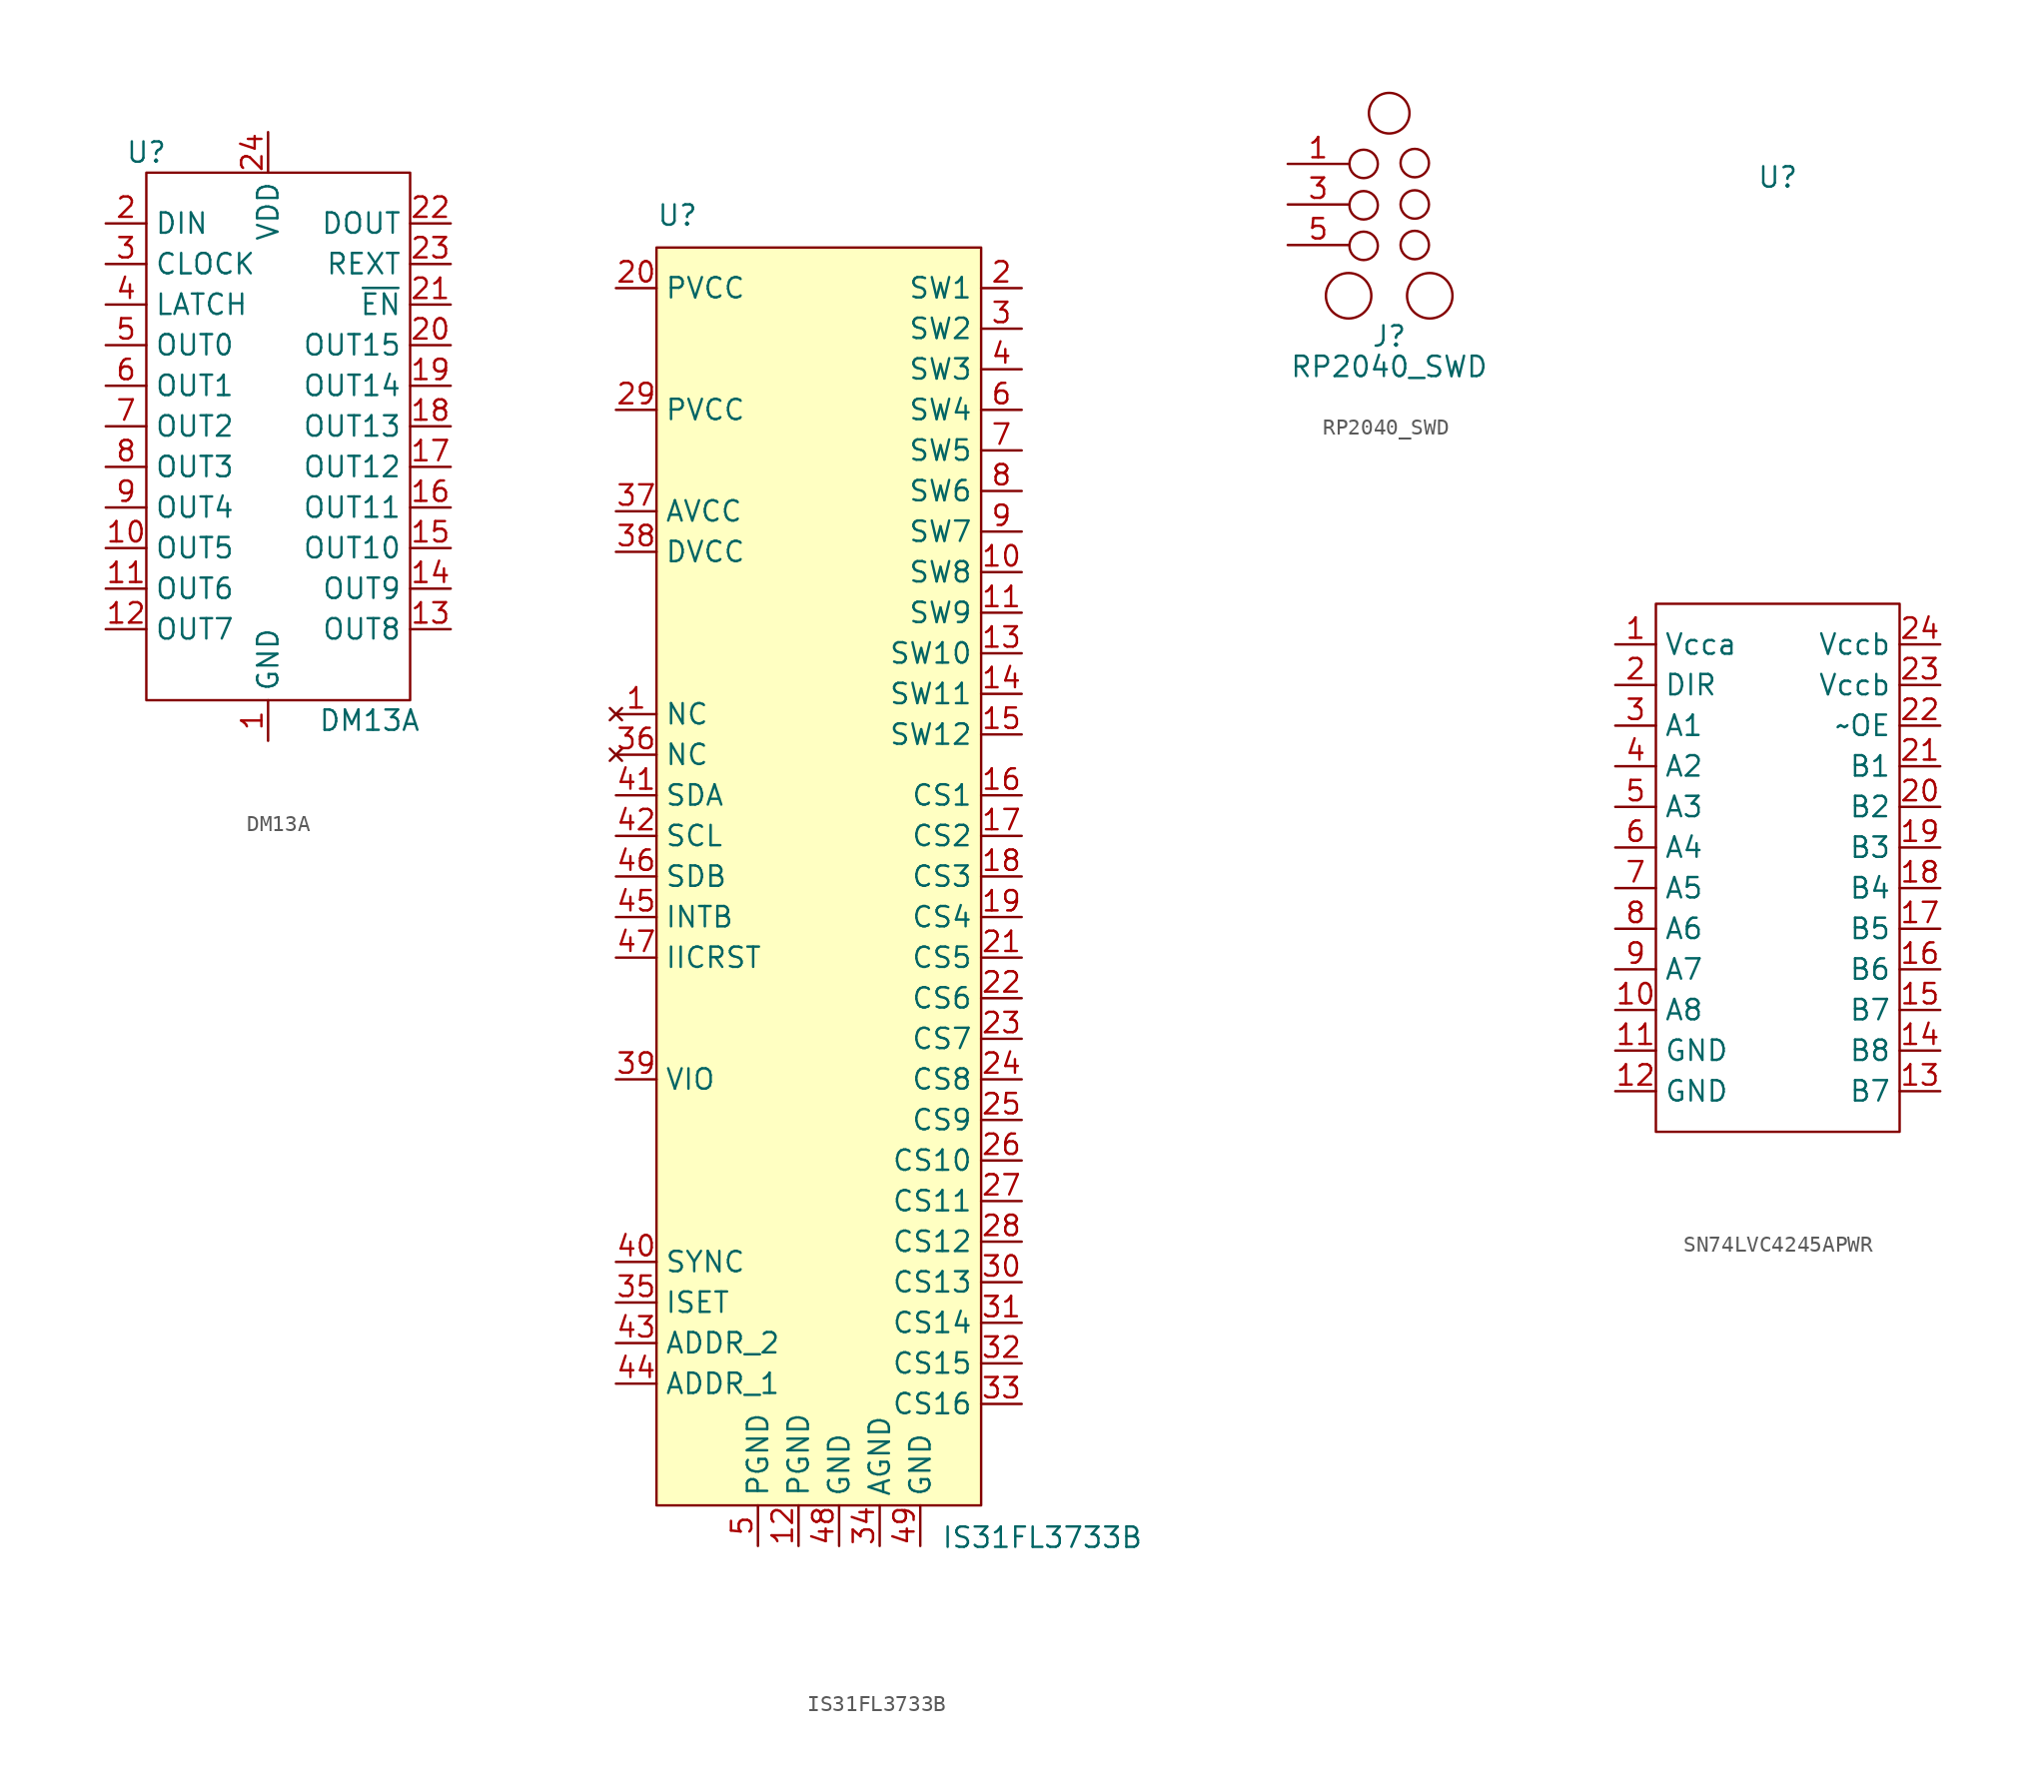
<source format=kicad_sym>
(kicad_symbol_lib
  (version 20220914)
  (generator kicad_symbol_editor)
  (symbol "DM13A"
    (property "Reference" "U"
      (at -7.62 15.875 0)
      (effects (font (size 1.27 1.27))))
    (property "Value" "DM13A"
      (at 6.35 -19.685 0)
      (effects (font (size 1.27 1.27))))
    (symbol "DM13A_0_0"
      (pin power_in line (at 0 -20.955 90) (length 2.54) (name "GND" (effects (font (size 1.27 1.27)))) (number "1" (effects (font (size 1.27 1.27)))))
      (pin output line (at -10.16 -8.89 0) (length 2.54) (name "OUT5" (effects (font (size 1.27 1.27)))) (number "10" (effects (font (size 1.27 1.27)))))
      (pin output line (at -10.16 -11.43 0) (length 2.54) (name "OUT6" (effects (font (size 1.27 1.27)))) (number "11" (effects (font (size 1.27 1.27)))))
      (pin output line (at -10.16 -13.97 0) (length 2.54) (name "OUT7" (effects (font (size 1.27 1.27)))) (number "12" (effects (font (size 1.27 1.27)))))
      (pin output line (at 11.43 -13.97 180) (length 2.54) (name "OUT8" (effects (font (size 1.27 1.27)))) (number "13" (effects (font (size 1.27 1.27)))))
      (pin output line (at 11.43 -11.43 180) (length 2.54) (name "OUT9" (effects (font (size 1.27 1.27)))) (number "14" (effects (font (size 1.27 1.27)))))
      (pin output line (at 11.43 -8.89 180) (length 2.54) (name "OUT10" (effects (font (size 1.27 1.27)))) (number "15" (effects (font (size 1.27 1.27)))))
      (pin output line (at 11.43 -6.35 180) (length 2.54) (name "OUT11" (effects (font (size 1.27 1.27)))) (number "16" (effects (font (size 1.27 1.27)))))
      (pin output line (at 11.43 -3.81 180) (length 2.54) (name "OUT12" (effects (font (size 1.27 1.27)))) (number "17" (effects (font (size 1.27 1.27)))))
      (pin output line (at 11.43 -1.27 180) (length 2.54) (name "OUT13" (effects (font (size 1.27 1.27)))) (number "18" (effects (font (size 1.27 1.27)))))
      (pin output line (at 11.43 1.27 180) (length 2.54) (name "OUT14" (effects (font (size 1.27 1.27)))) (number "19" (effects (font (size 1.27 1.27)))))
      (pin input line (at -10.16 11.43 0) (length 2.54) (name "DIN" (effects (font (size 1.27 1.27)))) (number "2" (effects (font (size 1.27 1.27)))))
      (pin output line (at 11.43 3.81 180) (length 2.54) (name "OUT15" (effects (font (size 1.27 1.27)))) (number "20" (effects (font (size 1.27 1.27)))))
      (pin input line (at 11.43 6.35 180) (length 2.54) (name "~{EN}" (effects (font (size 1.27 1.27)))) (number "21" (effects (font (size 1.27 1.27)))))
      (pin output line (at 11.43 11.43 180) (length 2.54) (name "DOUT" (effects (font (size 1.27 1.27)))) (number "22" (effects (font (size 1.27 1.27)))))
      (pin input line (at 11.43 8.89 180) (length 2.54) (name "REXT" (effects (font (size 1.27 1.27)))) (number "23" (effects (font (size 1.27 1.27)))))
      (pin power_in line (at 0 17.145 270) (length 2.54) (name "VDD" (effects (font (size 1.27 1.27)))) (number "24" (effects (font (size 1.27 1.27)))))
      (pin input line (at -10.16 8.89 0) (length 2.54) (name "CLOCK" (effects (font (size 1.27 1.27)))) (number "3" (effects (font (size 1.27 1.27)))))
      (pin input line (at -10.16 6.35 0) (length 2.54) (name "LATCH" (effects (font (size 1.27 1.27)))) (number "4" (effects (font (size 1.27 1.27)))))
      (pin output line (at -10.16 3.81 0) (length 2.54) (name "OUT0" (effects (font (size 1.27 1.27)))) (number "5" (effects (font (size 1.27 1.27)))))
      (pin output line (at -10.16 1.27 0) (length 2.54) (name "OUT1" (effects (font (size 1.27 1.27)))) (number "6" (effects (font (size 1.27 1.27)))))
      (pin output line (at -10.16 -1.27 0) (length 2.54) (name "OUT2" (effects (font (size 1.27 1.27)))) (number "7" (effects (font (size 1.27 1.27)))))
      (pin output line (at -10.16 -3.81 0) (length 2.54) (name "OUT3" (effects (font (size 1.27 1.27)))) (number "8" (effects (font (size 1.27 1.27)))))
      (pin output line (at -10.16 -6.35 0) (length 2.54) (name "OUT4" (effects (font (size 1.27 1.27)))) (number "9" (effects (font (size 1.27 1.27))))))
    (symbol "DM13A_0_1"
      (rectangle (start -7.62 14.605) (end 8.89 -18.415) (stroke (width 0) (type default)) (fill (type none)))))
  (symbol "IS31FL3733B"
    (property "Reference" "U"
      (at -10.16 30.48 0)
      (effects (font (size 1.27 1.27)) (justify left bottom)))
    (property "Value" "IS31FL3733B"
      (at 20.32 -50.8 0)
      (effects (font (size 1.27 1.27)) (justify right top)))
    (symbol "IS31FL3733B_0_1"
      (rectangle (start 10.16 29.21) (end -10.16 -49.53) (stroke (width 0) (type default)) (fill (type background))))
    (symbol "IS31FL3733B_1_1"
      (pin no_connect line (at -12.7 0 0) (length 2.54) (name "NC" (effects (font (size 1.27 1.27)))) (number "1" (effects (font (size 1.27 1.27)))))
      (pin bidirectional line (at 12.7 8.89 180) (length 2.54) (name "SW8" (effects (font (size 1.27 1.27)))) (number "10" (effects (font (size 1.27 1.27)))))
      (pin bidirectional line (at 12.7 6.35 180) (length 2.54) (name "SW9" (effects (font (size 1.27 1.27)))) (number "11" (effects (font (size 1.27 1.27)))))
      (pin power_in line (at -1.27 -52.07 90) (length 2.54) (name "PGND" (effects (font (size 1.27 1.27)))) (number "12" (effects (font (size 1.27 1.27)))))
      (pin bidirectional line (at 12.7 3.81 180) (length 2.54) (name "SW10" (effects (font (size 1.27 1.27)))) (number "13" (effects (font (size 1.27 1.27)))))
      (pin bidirectional line (at 12.7 1.27 180) (length 2.54) (name "SW11" (effects (font (size 1.27 1.27)))) (number "14" (effects (font (size 1.27 1.27)))))
      (pin bidirectional line (at 12.7 -1.27 180) (length 2.54) (name "SW12" (effects (font (size 1.27 1.27)))) (number "15" (effects (font (size 1.27 1.27)))))
      (pin bidirectional line (at 12.7 -5.08 180) (length 2.54) (name "CS1" (effects (font (size 1.27 1.27)))) (number "16" (effects (font (size 1.27 1.27)))))
      (pin bidirectional line (at 12.7 -7.62 180) (length 2.54) (name "CS2" (effects (font (size 1.27 1.27)))) (number "17" (effects (font (size 1.27 1.27)))))
      (pin bidirectional line (at 12.7 -10.16 180) (length 2.54) (name "CS3" (effects (font (size 1.27 1.27)))) (number "18" (effects (font (size 1.27 1.27)))))
      (pin bidirectional line (at 12.7 -12.7 180) (length 2.54) (name "CS4" (effects (font (size 1.27 1.27)))) (number "19" (effects (font (size 1.27 1.27)))))
      (pin bidirectional line (at 12.7 26.67 180) (length 2.54) (name "SW1" (effects (font (size 1.27 1.27)))) (number "2" (effects (font (size 1.27 1.27)))))
      (pin power_in line (at -12.7 26.67 0) (length 2.54) (name "PVCC" (effects (font (size 1.27 1.27)))) (number "20" (effects (font (size 1.27 1.27)))))
      (pin bidirectional line (at 12.7 -15.24 180) (length 2.54) (name "CS5" (effects (font (size 1.27 1.27)))) (number "21" (effects (font (size 1.27 1.27)))))
      (pin bidirectional line (at 12.7 -17.78 180) (length 2.54) (name "CS6" (effects (font (size 1.27 1.27)))) (number "22" (effects (font (size 1.27 1.27)))))
      (pin bidirectional line (at 12.7 -20.32 180) (length 2.54) (name "CS7" (effects (font (size 1.27 1.27)))) (number "23" (effects (font (size 1.27 1.27)))))
      (pin bidirectional line (at 12.7 -22.86 180) (length 2.54) (name "CS8" (effects (font (size 1.27 1.27)))) (number "24" (effects (font (size 1.27 1.27)))))
      (pin bidirectional line (at 12.7 -25.4 180) (length 2.54) (name "CS9" (effects (font (size 1.27 1.27)))) (number "25" (effects (font (size 1.27 1.27)))))
      (pin bidirectional line (at 12.7 -27.94 180) (length 2.54) (name "CS10" (effects (font (size 1.27 1.27)))) (number "26" (effects (font (size 1.27 1.27)))))
      (pin bidirectional line (at 12.7 -30.48 180) (length 2.54) (name "CS11" (effects (font (size 1.27 1.27)))) (number "27" (effects (font (size 1.27 1.27)))))
      (pin bidirectional line (at 12.7 -33.02 180) (length 2.54) (name "CS12" (effects (font (size 1.27 1.27)))) (number "28" (effects (font (size 1.27 1.27)))))
      (pin power_in line (at -12.7 19.05 0) (length 2.54) (name "PVCC" (effects (font (size 1.27 1.27)))) (number "29" (effects (font (size 1.27 1.27)))))
      (pin bidirectional line (at 12.7 24.13 180) (length 2.54) (name "SW2" (effects (font (size 1.27 1.27)))) (number "3" (effects (font (size 1.27 1.27)))))
      (pin bidirectional line (at 12.7 -35.56 180) (length 2.54) (name "CS13" (effects (font (size 1.27 1.27)))) (number "30" (effects (font (size 1.27 1.27)))))
      (pin bidirectional line (at 12.7 -38.1 180) (length 2.54) (name "CS14" (effects (font (size 1.27 1.27)))) (number "31" (effects (font (size 1.27 1.27)))))
      (pin bidirectional line (at 12.7 -40.64 180) (length 2.54) (name "CS15" (effects (font (size 1.27 1.27)))) (number "32" (effects (font (size 1.27 1.27)))))
      (pin bidirectional line (at 12.7 -43.18 180) (length 2.54) (name "CS16" (effects (font (size 1.27 1.27)))) (number "33" (effects (font (size 1.27 1.27)))))
      (pin power_in line (at 3.81 -52.07 90) (length 2.54) (name "AGND" (effects (font (size 1.27 1.27)))) (number "34" (effects (font (size 1.27 1.27)))))
      (pin input line (at -12.7 -36.83 0) (length 2.54) (name "ISET" (effects (font (size 1.27 1.27)))) (number "35" (effects (font (size 1.27 1.27)))))
      (pin no_connect line (at -12.7 -2.54 0) (length 2.54) (name "NC" (effects (font (size 1.27 1.27)))) (number "36" (effects (font (size 1.27 1.27)))))
      (pin power_in line (at -12.7 12.7 0) (length 2.54) (name "AVCC" (effects (font (size 1.27 1.27)))) (number "37" (effects (font (size 1.27 1.27)))))
      (pin power_in line (at -12.7 10.16 0) (length 2.54) (name "DVCC" (effects (font (size 1.27 1.27)))) (number "38" (effects (font (size 1.27 1.27)))))
      (pin input line (at -12.7 -22.86 0) (length 2.54) (name "VIO" (effects (font (size 1.27 1.27)))) (number "39" (effects (font (size 1.27 1.27)))))
      (pin bidirectional line (at 12.7 21.59 180) (length 2.54) (name "SW3" (effects (font (size 1.27 1.27)))) (number "4" (effects (font (size 1.27 1.27)))))
      (pin bidirectional line (at -12.7 -34.29 0) (length 2.54) (name "SYNC" (effects (font (size 1.27 1.27)))) (number "40" (effects (font (size 1.27 1.27)))))
      (pin bidirectional line (at -12.7 -5.08 0) (length 2.54) (name "SDA" (effects (font (size 1.27 1.27)))) (number "41" (effects (font (size 1.27 1.27)))))
      (pin input line (at -12.7 -7.62 0) (length 2.54) (name "SCL" (effects (font (size 1.27 1.27)))) (number "42" (effects (font (size 1.27 1.27)))))
      (pin input line (at -12.7 -39.37 0) (length 2.54) (name "ADDR_2" (effects (font (size 1.27 1.27)))) (number "43" (effects (font (size 1.27 1.27)))))
      (pin input line (at -12.7 -41.91 0) (length 2.54) (name "ADDR_1" (effects (font (size 1.27 1.27)))) (number "44" (effects (font (size 1.27 1.27)))))
      (pin output line (at -12.7 -12.7 0) (length 2.54) (name "INTB" (effects (font (size 1.27 1.27)))) (number "45" (effects (font (size 1.27 1.27)))))
      (pin input line (at -12.7 -10.16 0) (length 2.54) (name "SDB" (effects (font (size 1.27 1.27)))) (number "46" (effects (font (size 1.27 1.27)))))
      (pin output line (at -12.7 -15.24 0) (length 2.54) (name "IICRST" (effects (font (size 1.27 1.27)))) (number "47" (effects (font (size 1.27 1.27)))))
      (pin power_in line (at 1.27 -52.07 90) (length 2.54) (name "GND" (effects (font (size 1.27 1.27)))) (number "48" (effects (font (size 1.27 1.27)))))
      (pin power_in line (at 6.35 -52.07 90) (length 2.54) (name "GND" (effects (font (size 1.27 1.27)))) (number "49" (effects (font (size 1.27 1.27)))))
      (pin power_in line (at -3.81 -52.07 90) (length 2.54) (name "PGND" (effects (font (size 1.27 1.27)))) (number "5" (effects (font (size 1.27 1.27)))))
      (pin bidirectional line (at 12.7 19.05 180) (length 2.54) (name "SW4" (effects (font (size 1.27 1.27)))) (number "6" (effects (font (size 1.27 1.27)))))
      (pin bidirectional line (at 12.7 16.51 180) (length 2.54) (name "SW5" (effects (font (size 1.27 1.27)))) (number "7" (effects (font (size 1.27 1.27)))))
      (pin bidirectional line (at 12.7 13.97 180) (length 2.54) (name "SW6" (effects (font (size 1.27 1.27)))) (number "8" (effects (font (size 1.27 1.27)))))
      (pin bidirectional line (at 12.7 11.43 180) (length 2.54) (name "SW7" (effects (font (size 1.27 1.27)))) (number "9" (effects (font (size 1.27 1.27)))))))
  (symbol "RP2040_SWD"
    (pin_names hide)
    (property "Reference" "J"
      (at 0 -8.255 0)
      (effects (font (size 1.27 1.27))))
    (property "Value" "RP2040_SWD"
      (at 0 -10.16 0)
      (effects (font (size 1.27 1.27))))
    (symbol "RP2040_SWD_0_1"
      (circle (center -2.54 -5.715) (radius 1.422) (stroke (width 0) (type default)) (fill (type none)))
      (circle (center -1.6 2.54) (radius 0.889) (stroke (width 0) (type default)) (fill (type none)))
      (circle (center 0 5.715) (radius 1.27) (stroke (width 0) (type default)) (fill (type none))))
    (symbol "RP2040_SWD_1_1"
      (circle (center -1.6 -2.591) (radius 0.889) (stroke (width 0) (type default)) (fill (type none)))
      (circle (center -1.6 -0.051) (radius 0.889) (stroke (width 0) (type default)) (fill (type none)))
      (circle (center 1.6 -2.54) (radius 0.889) (stroke (width 0) (type default)) (fill (type none)))
      (circle (center 1.6 0) (radius 0.889) (stroke (width 0) (type default)) (fill (type none)))
      (circle (center 1.6 2.591) (radius 0.889) (stroke (width 0) (type default)) (fill (type none)))
      (circle (center 2.54 -5.715) (radius 1.422) (stroke (width 0) (type default)) (fill (type none)))
      (pin bidirectional line (at -6.35 2.54 0) (length 3.81) (name "Pin_1" (effects (font (size 1.27 1.27)))) (number "1" (effects (font (size 1.27 1.27)))))
      (pin no_connect line (at 6.35 2.54 180) (length 3.81) hide (name "Pin_2" (effects (font (size 1.27 1.27)))) (number "2" (effects (font (size 1.27 1.27)))))
      (pin input line (at -6.35 0 0) (length 3.81) (name "Pin_3" (effects (font (size 1.27 1.27)))) (number "3" (effects (font (size 1.27 1.27)))))
      (pin no_connect line (at 6.35 0 180) (length 3.81) hide (name "Pin_4" (effects (font (size 1.27 1.27)))) (number "4" (effects (font (size 1.27 1.27)))))
      (pin power_in line (at -6.35 -2.54 0) (length 3.81) (name "Pin_5" (effects (font (size 1.27 1.27)))) (number "5" (effects (font (size 1.27 1.27)))))
      (pin no_connect line (at 6.35 -2.54 180) (length 3.81) hide (name "Pin_6" (effects (font (size 1.27 1.27)))) (number "6" (effects (font (size 1.27 1.27)))))))
  (symbol "SN74LVC4245APWR"
    (property "Reference" "U"
      (at 0 43.18 0)
      (effects (font (size 1.27 1.27))))
    (property "Value" ""
      (at -10.16 13.97 0)
      (effects (font (size 1.27 1.27))))
    (symbol "SN74LVC4245APWR_0_0"
      (pin power_in line (at -10.16 13.97 0) (length 2.54) (name "Vcca" (effects (font (size 1.27 1.27)))) (number "1" (effects (font (size 1.27 1.27)))))
      (pin bidirectional line (at -10.16 -8.89 0) (length 2.54) (name "A8" (effects (font (size 1.27 1.27)))) (number "10" (effects (font (size 1.27 1.27)))))
      (pin power_in line (at -10.16 -11.43 0) (length 2.54) (name "GND" (effects (font (size 1.27 1.27)))) (number "11" (effects (font (size 1.27 1.27)))))
      (pin power_in line (at -10.16 -13.97 0) (length 2.54) (name "GND" (effects (font (size 1.27 1.27)))) (number "12" (effects (font (size 1.27 1.27)))))
      (pin power_in line (at 10.16 -13.97 180) (length 2.54) (name "B7" (effects (font (size 1.27 1.27)))) (number "13" (effects (font (size 1.27 1.27)))))
      (pin bidirectional line (at 10.16 -11.43 180) (length 2.54) (name "B8" (effects (font (size 1.27 1.27)))) (number "14" (effects (font (size 1.27 1.27)))))
      (pin bidirectional line (at 10.16 -8.89 180) (length 2.54) (name "B7" (effects (font (size 1.27 1.27)))) (number "15" (effects (font (size 1.27 1.27)))))
      (pin bidirectional line (at 10.16 -6.35 180) (length 2.54) (name "B6" (effects (font (size 1.27 1.27)))) (number "16" (effects (font (size 1.27 1.27)))))
      (pin bidirectional line (at 10.16 -3.81 180) (length 2.54) (name "B5" (effects (font (size 1.27 1.27)))) (number "17" (effects (font (size 1.27 1.27)))))
      (pin bidirectional line (at 10.16 -1.27 180) (length 2.54) (name "B4" (effects (font (size 1.27 1.27)))) (number "18" (effects (font (size 1.27 1.27)))))
      (pin bidirectional line (at 10.16 1.27 180) (length 2.54) (name "B3" (effects (font (size 1.27 1.27)))) (number "19" (effects (font (size 1.27 1.27)))))
      (pin input line (at -10.16 11.43 0) (length 2.54) (name "DIR" (effects (font (size 1.27 1.27)))) (number "2" (effects (font (size 1.27 1.27)))))
      (pin bidirectional line (at 10.16 3.81 180) (length 2.54) (name "B2" (effects (font (size 1.27 1.27)))) (number "20" (effects (font (size 1.27 1.27)))))
      (pin bidirectional line (at 10.16 6.35 180) (length 2.54) (name "B1" (effects (font (size 1.27 1.27)))) (number "21" (effects (font (size 1.27 1.27)))))
      (pin bidirectional line (at 10.16 8.89 180) (length 2.54) (name "~OE" (effects (font (size 1.27 1.27)))) (number "22" (effects (font (size 1.27 1.27)))))
      (pin power_in line (at 10.16 11.43 180) (length 2.54) (name "Vccb" (effects (font (size 1.27 1.27)))) (number "23" (effects (font (size 1.27 1.27)))))
      (pin power_in line (at 10.16 13.97 180) (length 2.54) (name "Vccb" (effects (font (size 1.27 1.27)))) (number "24" (effects (font (size 1.27 1.27)))))
      (pin bidirectional line (at -10.16 8.89 0) (length 2.54) (name "A1" (effects (font (size 1.27 1.27)))) (number "3" (effects (font (size 1.27 1.27)))))
      (pin bidirectional line (at -10.16 6.35 0) (length 2.54) (name "A2" (effects (font (size 1.27 1.27)))) (number "4" (effects (font (size 1.27 1.27)))))
      (pin bidirectional line (at -10.16 3.81 0) (length 2.54) (name "A3" (effects (font (size 1.27 1.27)))) (number "5" (effects (font (size 1.27 1.27)))))
      (pin bidirectional line (at -10.16 1.27 0) (length 2.54) (name "A4" (effects (font (size 1.27 1.27)))) (number "6" (effects (font (size 1.27 1.27)))))
      (pin bidirectional line (at -10.16 -1.27 0) (length 2.54) (name "A5" (effects (font (size 1.27 1.27)))) (number "7" (effects (font (size 1.27 1.27)))))
      (pin bidirectional line (at -10.16 -3.81 0) (length 2.54) (name "A6" (effects (font (size 1.27 1.27)))) (number "8" (effects (font (size 1.27 1.27)))))
      (pin bidirectional line (at -10.16 -6.35 0) (length 2.54) (name "A7" (effects (font (size 1.27 1.27)))) (number "9" (effects (font (size 1.27 1.27))))))
    (symbol "SN74LVC4245APWR_0_1"
      (rectangle (start -7.62 16.51) (end 7.62 -16.51) (stroke (width 0) (type default)) (fill (type none))))))
</source>
